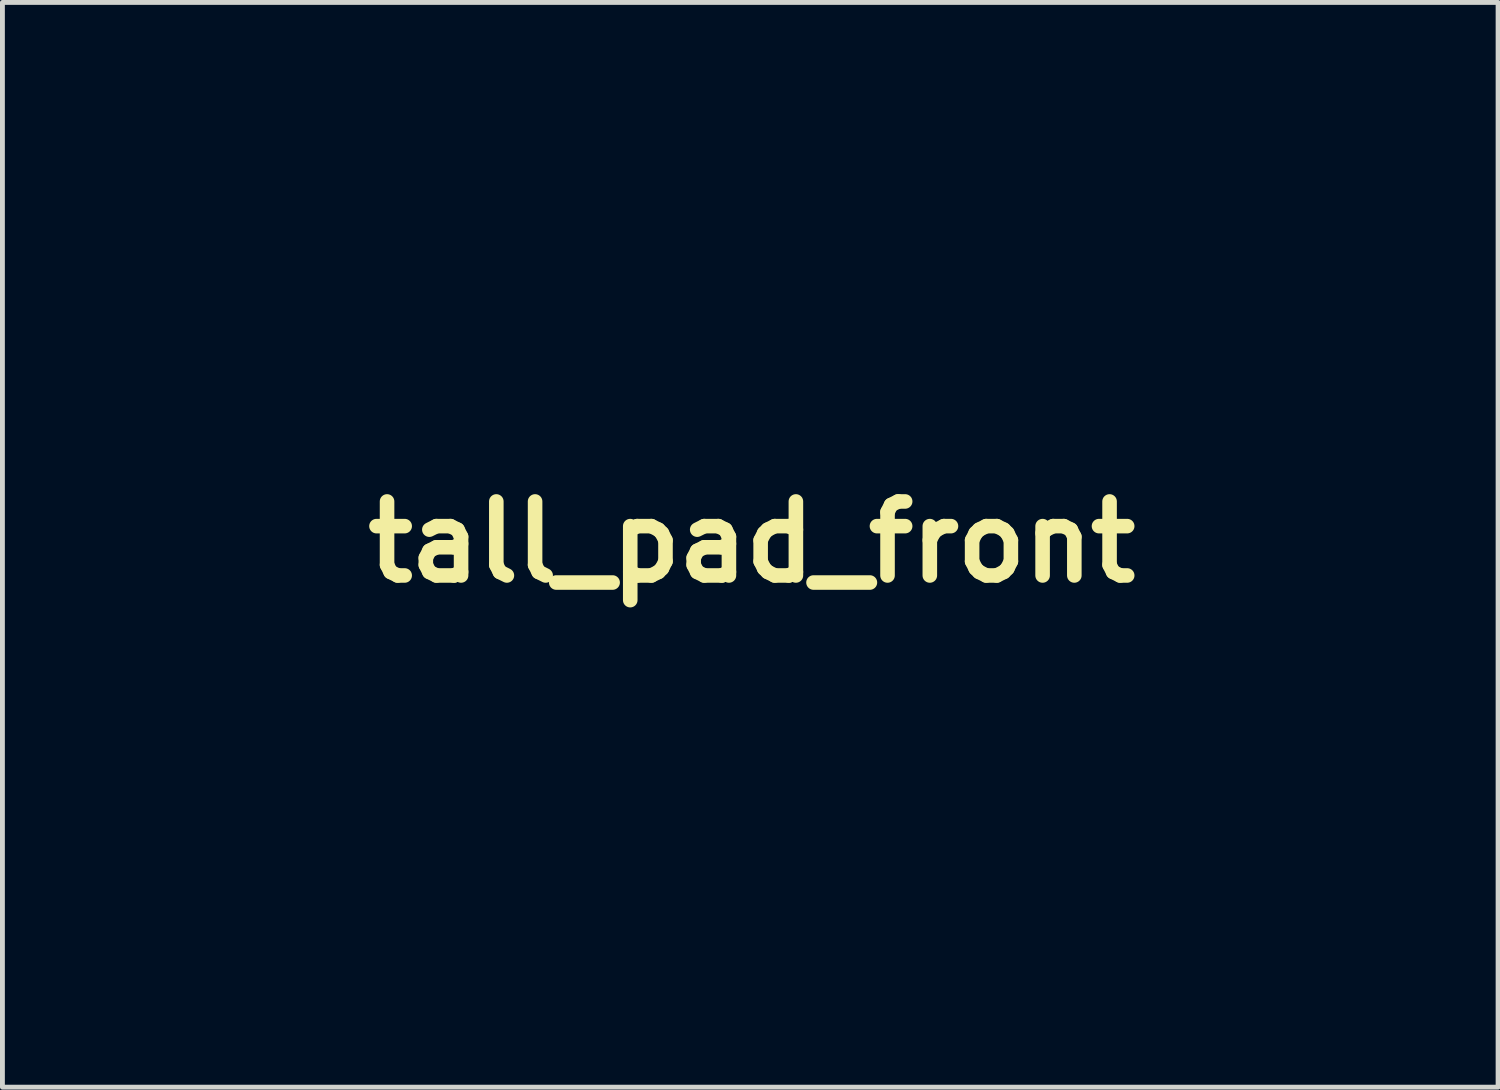
<source format=kicad_pcb>
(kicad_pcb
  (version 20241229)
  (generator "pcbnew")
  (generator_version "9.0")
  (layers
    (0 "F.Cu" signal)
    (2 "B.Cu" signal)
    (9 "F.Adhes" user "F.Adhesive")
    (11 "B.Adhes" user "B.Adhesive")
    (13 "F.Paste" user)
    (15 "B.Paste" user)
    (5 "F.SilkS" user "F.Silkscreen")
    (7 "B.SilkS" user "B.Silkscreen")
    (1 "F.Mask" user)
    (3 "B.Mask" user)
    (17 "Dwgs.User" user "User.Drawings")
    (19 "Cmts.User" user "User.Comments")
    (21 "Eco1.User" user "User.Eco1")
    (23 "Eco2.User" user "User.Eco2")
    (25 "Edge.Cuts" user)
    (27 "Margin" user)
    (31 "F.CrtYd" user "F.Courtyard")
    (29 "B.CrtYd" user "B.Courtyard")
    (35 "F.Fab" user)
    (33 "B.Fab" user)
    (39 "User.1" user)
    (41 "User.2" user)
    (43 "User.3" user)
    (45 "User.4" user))
  (footprint "tall_pad_front"
    (layer "F.Cu")
    (at 12.431 8.11)
    (property "Reference" "tall_pad_front" (at 0 0 0) (layer "F.SilkS") (effects (font (size 1.524 1.524) (thickness 0.3))))
    (attr through_hole)
    (fp_poly (pts (xy 0.182 -8.104) (xy 0.211 -8.1) (xy 0.238 -8.091) (xy 0.265 -8.079) (xy 0.297 -8.06) (xy 0.327 -8.039) (xy 0.346 -8.022) (xy 0.357 -8.007) (xy 0.375 -7.98) (xy 0.399 -7.943) (xy 0.427 -7.897) (xy 0.459 -7.844) (xy 0.493 -7.788) (xy 0.506 -7.766) (xy 0.548 -7.696) (xy 0.594 -7.619) (xy 0.642 -7.538) (xy 0.689 -7.459) (xy 0.732 -7.386) (xy 0.762 -7.335) (xy 0.883 -7.131) (xy 0.935 -7.126) (xy 0.971 -7.123) (xy 1.014 -7.119) (xy 1.05 -7.116) (xy 1.113 -7.11) (xy 1.384 -7.413) (xy 1.441 -7.477) (xy 1.497 -7.54) (xy 1.55 -7.599) (xy 1.6 -7.654) (xy 1.643 -7.703) (xy 1.679 -7.743) (xy 1.707 -7.774) (xy 1.723 -7.791) (xy 1.772 -7.842) (xy 1.817 -7.878) (xy 1.861 -7.902) (xy 1.907 -7.915) (xy 1.954 -7.919) (xy 2.004 -7.916) (xy 2.05 -7.907) (xy 2.055 -7.905) (xy 2.097 -7.884) (xy 2.14 -7.853) (xy 2.177 -7.815) (xy 2.205 -7.776) (xy 2.207 -7.771) (xy 2.213 -7.756) (xy 2.225 -7.727) (xy 2.24 -7.685) (xy 2.26 -7.632) (xy 2.283 -7.57) (xy 2.309 -7.499) (xy 2.337 -7.422) (xy 2.367 -7.339) (xy 2.386 -7.286) (xy 2.416 -7.202) (xy 2.444 -7.123) (xy 2.471 -7.051) (xy 2.494 -6.985) (xy 2.514 -6.929) (xy 2.531 -6.883) (xy 2.543 -6.849) (xy 2.55 -6.829) (xy 2.552 -6.824) (xy 2.563 -6.816) (xy 2.588 -6.804) (xy 2.625 -6.79) (xy 2.668 -6.776) (xy 2.779 -6.741) (xy 3.168 -7.033) (xy 3.241 -7.087) (xy 3.31 -7.138) (xy 3.375 -7.186) (xy 3.434 -7.23) (xy 3.485 -7.267) (xy 3.529 -7.299) (xy 3.562 -7.322) (xy 3.584 -7.338) (xy 3.593 -7.343) (xy 3.613 -7.352) (xy 3.635 -7.358) (xy 3.663 -7.361) (xy 3.703 -7.362) (xy 3.708 -7.362) (xy 3.749 -7.361) (xy 3.777 -7.359) (xy 3.799 -7.354) (xy 3.821 -7.345) (xy 3.832 -7.339) (xy 3.869 -7.314) (xy 3.907 -7.28) (xy 3.939 -7.243) (xy 3.957 -7.216) (xy 3.962 -7.206) (xy 3.966 -7.195) (xy 3.971 -7.182) (xy 3.975 -7.165) (xy 3.98 -7.142) (xy 3.986 -7.114) (xy 3.993 -7.077) (xy 4 -7.032) (xy 4.01 -6.976) (xy 4.02 -6.909) (xy 4.033 -6.829) (xy 4.048 -6.734) (xy 4.064 -6.634) (xy 4.078 -6.546) (xy 4.091 -6.463) (xy 4.103 -6.386) (xy 4.115 -6.318) (xy 4.125 -6.259) (xy 4.133 -6.211) (xy 4.14 -6.176) (xy 4.144 -6.155) (xy 4.146 -6.149) (xy 4.156 -6.144) (xy 4.177 -6.132) (xy 4.207 -6.116) (xy 4.243 -6.096) (xy 4.249 -6.092) (xy 4.345 -6.038) (xy 4.431 -6.079) (xy 4.457 -6.091) (xy 4.495 -6.109) (xy 4.546 -6.133) (xy 4.605 -6.162) (xy 4.672 -6.193) (xy 4.743 -6.228) (xy 4.819 -6.264) (xy 4.877 -6.291) (xy 5.237 -6.463) (xy 5.317 -6.464) (xy 5.359 -6.463) (xy 5.389 -6.461) (xy 5.412 -6.455) (xy 5.434 -6.446) (xy 5.436 -6.445) (xy 5.485 -6.413) (xy 5.53 -6.369) (xy 5.566 -6.319) (xy 5.569 -6.314) (xy 5.579 -6.292) (xy 5.586 -6.271) (xy 5.59 -6.247) (xy 5.593 -6.214) (xy 5.595 -6.172) (xy 5.595 -6.143) (xy 5.595 -6.099) (xy 5.594 -6.043) (xy 5.593 -5.977) (xy 5.591 -5.903) (xy 5.589 -5.824) (xy 5.586 -5.741) (xy 5.585 -5.693) (xy 5.582 -5.611) (xy 5.579 -5.532) (xy 5.577 -5.459) (xy 5.575 -5.392) (xy 5.573 -5.335) (xy 5.572 -5.289) (xy 5.572 -5.257) (xy 5.572 -5.244) (xy 5.572 -5.177) (xy 5.659 -5.104) (xy 5.746 -5.03) (xy 6.211 -5.145) (xy 6.32 -5.172) (xy 6.413 -5.195) (xy 6.493 -5.214) (xy 6.56 -5.229) (xy 6.616 -5.242) (xy 6.663 -5.251) (xy 6.701 -5.257) (xy 6.733 -5.26) (xy 6.759 -5.261) (xy 6.78 -5.259) (xy 6.799 -5.256) (xy 6.817 -5.25) (xy 6.834 -5.243) (xy 6.844 -5.238) (xy 6.903 -5.2) (xy 6.951 -5.151) (xy 6.985 -5.093) (xy 7.004 -5.027) (xy 7.008 -4.993) (xy 7.009 -4.978) (xy 7.008 -4.963) (xy 7.007 -4.944) (xy 7.003 -4.921) (xy 6.999 -4.893) (xy 6.992 -4.857) (xy 6.983 -4.813) (xy 6.971 -4.759) (xy 6.957 -4.694) (xy 6.94 -4.616) (xy 6.919 -4.524) (xy 6.9 -4.441) (xy 6.876 -4.336) (xy 6.856 -4.246) (xy 6.84 -4.17) (xy 6.826 -4.107) (xy 6.815 -4.056) (xy 6.807 -4.016) (xy 6.802 -3.985) (xy 6.798 -3.962) (xy 6.797 -3.947) (xy 6.798 -3.937) (xy 6.799 -3.934) (xy 6.808 -3.921) (xy 6.825 -3.898) (xy 6.848 -3.869) (xy 6.872 -3.838) (xy 6.935 -3.759) (xy 6.975 -3.759) (xy 6.991 -3.76) (xy 7.022 -3.761) (xy 7.067 -3.762) (xy 7.123 -3.764) (xy 7.189 -3.766) (xy 7.264 -3.769) (xy 7.344 -3.772) (xy 7.43 -3.775) (xy 7.461 -3.776) (xy 7.565 -3.78) (xy 7.653 -3.783) (xy 7.727 -3.786) (xy 7.788 -3.787) (xy 7.839 -3.788) (xy 7.88 -3.787) (xy 7.913 -3.786) (xy 7.939 -3.784) (xy 7.961 -3.781) (xy 7.978 -3.776) (xy 7.994 -3.771) (xy 8.008 -3.764) (xy 8.017 -3.76) (xy 8.068 -3.724) (xy 8.11 -3.676) (xy 8.142 -3.62) (xy 8.162 -3.557) (xy 8.169 -3.492) (xy 8.167 -3.468) (xy 8.166 -3.457) (xy 8.163 -3.445) (xy 8.159 -3.43) (xy 8.153 -3.412) (xy 8.145 -3.389) (xy 8.135 -3.361) (xy 8.121 -3.326) (xy 8.103 -3.284) (xy 8.081 -3.232) (xy 8.055 -3.171) (xy 8.024 -3.1) (xy 7.987 -3.016) (xy 7.945 -2.919) (xy 7.896 -2.808) (xy 7.881 -2.773) (xy 7.754 -2.485) (xy 7.808 -2.377) (xy 7.833 -2.328) (xy 7.852 -2.294) (xy 7.867 -2.273) (xy 7.878 -2.265) (xy 7.878 -2.265) (xy 7.89 -2.263) (xy 7.916 -2.258) (xy 7.956 -2.251) (xy 8.008 -2.242) (xy 8.07 -2.231) (xy 8.141 -2.219) (xy 8.219 -2.206) (xy 8.303 -2.192) (xy 8.348 -2.184) (xy 8.434 -2.17) (xy 8.516 -2.156) (xy 8.592 -2.143) (xy 8.661 -2.131) (xy 8.72 -2.12) (xy 8.769 -2.112) (xy 8.804 -2.105) (xy 8.826 -2.101) (xy 8.831 -2.1) (xy 8.882 -2.078) (xy 8.93 -2.042) (xy 8.971 -1.997) (xy 9.002 -1.944) (xy 9.013 -1.916) (xy 9.023 -1.866) (xy 9.026 -1.81) (xy 9.021 -1.756) (xy 9.01 -1.713) (xy 9.001 -1.695) (xy 8.984 -1.665) (xy 8.96 -1.627) (xy 8.931 -1.581) (xy 8.897 -1.532) (xy 8.869 -1.49) (xy 8.829 -1.431) (xy 8.785 -1.369) (xy 8.742 -1.306) (xy 8.701 -1.247) (xy 8.666 -1.196) (xy 8.653 -1.177) (xy 8.618 -1.126) (xy 8.58 -1.072) (xy 8.544 -1.019) (xy 8.511 -0.972) (xy 8.495 -0.948) (xy 8.427 -0.851) (xy 8.443 -0.792) (xy 8.452 -0.762) (xy 8.46 -0.738) (xy 8.466 -0.726) (xy 8.466 -0.726) (xy 8.475 -0.728) (xy 8.494 -0.739) (xy 8.522 -0.758) (xy 8.555 -0.782) (xy 8.569 -0.793) (xy 8.675 -0.876) (xy 8.786 -0.968) (xy 8.902 -1.068) (xy 9.025 -1.179) (xy 9.157 -1.302) (xy 9.173 -1.317) (xy 9.326 -1.462) (xy 9.535 -1.93) (xy 9.464 -2.013) (xy 9.339 -2.168) (xy 9.225 -2.329) (xy 9.123 -2.495) (xy 9.035 -2.664) (xy 8.96 -2.835) (xy 8.901 -3.005) (xy 8.856 -3.174) (xy 8.852 -3.196) (xy 8.826 -3.363) (xy 8.814 -3.529) (xy 8.818 -3.693) (xy 8.837 -3.854) (xy 8.87 -4.008) (xy 8.878 -4.034) (xy 8.932 -4.191) (xy 9.003 -4.345) (xy 9.09 -4.497) (xy 9.194 -4.645) (xy 9.313 -4.789) (xy 9.448 -4.93) (xy 9.598 -5.067) (xy 9.763 -5.199) (xy 9.943 -5.326) (xy 10.138 -5.449) (xy 10.143 -5.452) (xy 10.193 -5.481) (xy 10.25 -5.513) (xy 10.312 -5.547) (xy 10.377 -5.582) (xy 10.444 -5.617) (xy 10.511 -5.651) (xy 10.575 -5.684) (xy 10.636 -5.714) (xy 10.69 -5.74) (xy 10.737 -5.762) (xy 10.775 -5.779) (xy 10.8 -5.788) (xy 10.812 -5.791) (xy 10.814 -5.785) (xy 10.809 -5.768) (xy 10.805 -5.759) (xy 10.795 -5.737) (xy 10.783 -5.704) (xy 10.769 -5.666) (xy 10.763 -5.647) (xy 10.724 -5.515) (xy 10.691 -5.368) (xy 10.661 -5.206) (xy 10.636 -5.028) (xy 10.616 -4.835) (xy 10.6 -4.626) (xy 10.592 -4.47) (xy 10.59 -4.412) (xy 10.588 -4.344) (xy 10.586 -4.268) (xy 10.585 -4.186) (xy 10.585 -4.1) (xy 10.584 -4.011) (xy 10.585 -3.921) (xy 10.585 -3.832) (xy 10.586 -3.745) (xy 10.587 -3.661) (xy 10.588 -3.583) (xy 10.59 -3.512) (xy 10.592 -3.45) (xy 10.594 -3.399) (xy 10.597 -3.359) (xy 10.599 -3.333) (xy 10.602 -3.323) (xy 10.612 -3.324) (xy 10.633 -3.332) (xy 10.663 -3.347) (xy 10.7 -3.365) (xy 10.739 -3.386) (xy 10.779 -3.409) (xy 10.817 -3.431) (xy 10.832 -3.441) (xy 10.932 -3.511) (xy 11.034 -3.595) (xy 11.136 -3.69) (xy 11.235 -3.792) (xy 11.328 -3.898) (xy 11.413 -4.007) (xy 11.415 -4.01) (xy 11.525 -4.176) (xy 11.626 -4.356) (xy 11.717 -4.547) (xy 11.799 -4.749) (xy 11.869 -4.96) (xy 11.928 -5.179) (xy 11.955 -5.298) (xy 11.964 -5.342) (xy 11.972 -5.379) (xy 11.977 -5.406) (xy 11.98 -5.422) (xy 11.98 -5.424) (xy 11.984 -5.427) (xy 11.995 -5.416) (xy 12.012 -5.394) (xy 12.032 -5.363) (xy 12.047 -5.339) (xy 12.136 -5.176) (xy 12.211 -5.003) (xy 12.272 -4.822) (xy 12.32 -4.634) (xy 12.337 -4.543) (xy 12.345 -4.484) (xy 12.351 -4.413) (xy 12.356 -4.334) (xy 12.359 -4.251) (xy 12.361 -4.168) (xy 12.36 -4.089) (xy 12.357 -4.019) (xy 12.354 -3.978) (xy 12.325 -3.787) (xy 12.28 -3.597) (xy 12.219 -3.41) (xy 12.14 -3.225) (xy 12.045 -3.043) (xy 11.933 -2.863) (xy 11.805 -2.685) (xy 11.66 -2.51) (xy 11.499 -2.337) (xy 11.482 -2.319) (xy 11.317 -2.162) (xy 11.143 -2.011) (xy 10.958 -1.863) (xy 10.761 -1.719) (xy 10.55 -1.576) (xy 10.374 -1.466) (xy 10.342 -1.446) (xy 10.317 -1.429) (xy 10.297 -1.413) (xy 10.279 -1.395) (xy 10.26 -1.372) (xy 10.237 -1.34) (xy 10.21 -1.301) (xy 10.047 -1.079) (xy 9.872 -0.861) (xy 9.688 -0.651) (xy 9.496 -0.449) (xy 9.298 -0.259) (xy 9.097 -0.083) (xy 9.003 -0.006) (xy 8.833 0.123) (xy 8.665 0.24) (xy 8.496 0.346) (xy 8.32 0.444) (xy 8.223 0.494) (xy 8.176 0.518) (xy 8.142 0.536) (xy 8.119 0.549) (xy 8.105 0.56) (xy 8.097 0.568) (xy 8.094 0.577) (xy 8.094 0.582) (xy 8.095 0.598) (xy 8.096 0.627) (xy 8.098 0.667) (xy 8.1 0.715) (xy 8.102 0.766) (xy 8.11 0.929) (xy 8.118 1.105) (xy 8.126 1.292) (xy 8.134 1.487) (xy 8.142 1.687) (xy 8.149 1.89) (xy 8.156 2.091) (xy 8.162 2.289) (xy 8.168 2.48) (xy 8.173 2.661) (xy 8.177 2.83) (xy 8.179 2.913) (xy 8.181 3.055) (xy 8.182 3.19) (xy 8.183 3.317) (xy 8.182 3.435) (xy 8.18 3.544) (xy 8.177 3.64) (xy 8.174 3.725) (xy 8.169 3.795) (xy 8.164 3.851) (xy 8.158 3.89) (xy 8.144 3.947) (xy 8.125 4.02) (xy 8.1 4.108) (xy 8.068 4.212) (xy 8.031 4.331) (xy 7.987 4.465) (xy 7.938 4.614) (xy 7.883 4.779) (xy 7.822 4.958) (xy 7.755 5.152) (xy 7.682 5.361) (xy 7.604 5.584) (xy 7.52 5.822) (xy 7.43 6.074) (xy 7.335 6.34) (xy 7.234 6.62) (xy 7.128 6.915) (xy 7.05 7.129) (xy 7.014 7.233) (xy 6.977 7.341) (xy 6.942 7.449) (xy 6.911 7.551) (xy 6.888 7.629) (xy 6.853 7.751) (xy 6.82 7.86) (xy 6.791 7.955) (xy 6.764 8.037) (xy 6.74 8.104) (xy 6.719 8.157) (xy 6.702 8.194) (xy 6.688 8.216) (xy 6.679 8.221) (xy 6.675 8.216) (xy 6.673 8.199) (xy 6.673 8.168) (xy 6.674 8.123) (xy 6.675 8.11) (xy 6.679 8.046) (xy 6.685 7.967) (xy 6.694 7.873) (xy 6.705 7.767) (xy 6.718 7.649) (xy 6.733 7.521) (xy 6.749 7.384) (xy 6.767 7.239) (xy 6.786 7.088) (xy 6.806 6.931) (xy 6.827 6.771) (xy 6.849 6.608) (xy 6.871 6.444) (xy 6.894 6.28) (xy 6.917 6.117) (xy 6.941 5.957) (xy 6.964 5.801) (xy 6.987 5.65) (xy 6.998 5.58) (xy 7.025 5.41) (xy 7.05 5.255) (xy 7.074 5.116) (xy 7.096 4.989) (xy 7.117 4.874) (xy 7.137 4.77) (xy 7.157 4.675) (xy 7.175 4.589) (xy 7.188 4.533) (xy 7.202 4.469) (xy 7.214 4.404) (xy 7.223 4.336) (xy 7.23 4.263) (xy 7.235 4.184) (xy 7.237 4.096) (xy 7.238 3.998) (xy 7.237 3.887) (xy 7.234 3.763) (xy 7.232 3.706) (xy 7.229 3.626) (xy 7.226 3.539) (xy 7.222 3.448) (xy 7.217 3.354) (xy 7.212 3.259) (xy 7.207 3.165) (xy 7.202 3.073) (xy 7.197 2.985) (xy 7.192 2.902) (xy 7.186 2.826) (xy 7.182 2.76) (xy 7.177 2.703) (xy 7.173 2.66) (xy 7.169 2.63) (xy 7.167 2.616) (xy 7.165 2.604) (xy 7.162 2.578) (xy 7.159 2.54) (xy 7.154 2.493) (xy 7.149 2.439) (xy 7.146 2.4) (xy 7.14 2.335) (xy 7.134 2.261) (xy 7.127 2.18) (xy 7.119 2.096) (xy 7.111 2.01) (xy 7.103 1.925) (xy 7.095 1.844) (xy 7.088 1.768) (xy 7.082 1.7) (xy 7.076 1.644) (xy 7.071 1.6) (xy 7.07 1.584) (xy 7.066 1.551) (xy 7.065 1.525) (xy 7.065 1.51) (xy 7.065 1.508) (xy 7.066 1.497) (xy 7.065 1.475) (xy 7.062 1.444) (xy 7.061 1.435) (xy 7.058 1.407) (xy 7.053 1.366) (xy 7.048 1.314) (xy 7.041 1.256) (xy 7.035 1.194) (xy 7.031 1.16) (xy 7.025 1.102) (xy 7.019 1.05) (xy 7.014 1.005) (xy 7.01 0.971) (xy 7.007 0.949) (xy 7.006 0.942) (xy 6.997 0.94) (xy 6.975 0.947) (xy 6.938 0.961) (xy 6.907 0.975) (xy 6.841 1.004) (xy 6.763 1.037) (xy 6.675 1.074) (xy 6.581 1.113) (xy 6.485 1.152) (xy 6.389 1.191) (xy 6.298 1.227) (xy 6.214 1.26) (xy 5.738 1.434) (xy 5.256 1.592) (xy 4.767 1.734) (xy 4.271 1.862) (xy 3.769 1.973) (xy 3.26 2.069) (xy 2.745 2.15) (xy 2.224 2.215) (xy 1.696 2.264) (xy 1.384 2.286) (xy 1.147 2.298) (xy 0.897 2.307) (xy 0.637 2.312) (xy 0.373 2.315) (xy 0.107 2.314) (xy -0.156 2.31) (xy -0.413 2.302) (xy -0.66 2.292) (xy -0.766 2.286) (xy -1.281 2.248) (xy -1.798 2.197) (xy -2.315 2.133) (xy -2.831 2.056) (xy -3.346 1.967) (xy -3.857 1.865) (xy -4.363 1.751) (xy -4.863 1.625) (xy -5.355 1.488) (xy -5.808 1.349) (xy -0.14 1.349) (xy -0.137 1.363) (xy -0.128 1.387) (xy -0.111 1.422) (xy -0.099 1.447) (xy -0.051 1.533) (xy 0.009 1.613) (xy 0.08 1.689) (xy 0.166 1.763) (xy 0.195 1.784) (xy 0.278 1.839) (xy 0.366 1.885) (xy 0.455 1.921) (xy 0.529 1.942) (xy 0.579 1.949) (xy 0.638 1.954) (xy 0.7 1.955) (xy 0.76 1.953) (xy 0.809 1.947) (xy 0.914 1.92) (xy 1.018 1.878) (xy 1.118 1.822) (xy 1.213 1.753) (xy 1.302 1.674) (xy 1.381 1.586) (xy 1.45 1.489) (xy 1.501 1.398) (xy 1.517 1.361) (xy 1.535 1.317) (xy 1.55 1.276) (xy 1.55 1.274) (xy 1.573 1.206) (xy 1.554 1.204) (xy 1.544 1.204) (xy 1.518 1.206) (xy 1.478 1.209) (xy 1.425 1.212) (xy 1.361 1.217) (xy 1.288 1.223) (xy 1.205 1.229) (xy 1.116 1.236) (xy 1.021 1.243) (xy 0.923 1.251) (xy 0.821 1.259) (xy 0.718 1.267) (xy 0.615 1.275) (xy 0.513 1.283) (xy 0.415 1.291) (xy 0.32 1.298) (xy 0.232 1.305) (xy 0.15 1.312) (xy 0.077 1.318) (xy 0.014 1.323) (xy -0.038 1.328) (xy -0.077 1.331) (xy -0.102 1.333) (xy -0.108 1.334) (xy -0.125 1.337) (xy -0.135 1.341) (xy -0.14 1.349) (xy -5.808 1.349) (xy -5.839 1.339) (xy -6.312 1.18) (xy -6.773 1.01) (xy -6.919 0.953) (xy -6.965 0.935) (xy -7.006 0.92) (xy -7.038 0.908) (xy -7.061 0.9) (xy -7.069 0.897) (xy -7.076 0.905) (xy -7.078 0.921) (xy -7.079 0.937) (xy -7.081 0.966) (xy -7.084 1.006) (xy -7.088 1.052) (xy -7.091 1.084) (xy -7.096 1.143) (xy -7.101 1.213) (xy -7.106 1.285) (xy -7.111 1.352) (xy -7.112 1.376) (xy -7.116 1.436) (xy -7.121 1.501) (xy -7.126 1.564) (xy -7.131 1.619) (xy -7.133 1.643) (xy -7.139 1.7) (xy -7.145 1.772) (xy -7.153 1.857) (xy -7.161 1.954) (xy -7.169 2.06) (xy -7.179 2.176) (xy -7.188 2.299) (xy -7.198 2.427) (xy -7.208 2.56) (xy -7.219 2.696) (xy -7.229 2.833) (xy -7.239 2.971) (xy -7.249 3.107) (xy -7.258 3.24) (xy -7.267 3.369) (xy -7.276 3.493) (xy -7.284 3.609) (xy -7.291 3.717) (xy -7.297 3.814) (xy -7.302 3.901) (xy -7.307 3.974) (xy -7.31 4.033) (xy -7.311 4.068) (xy -7.313 4.103) (xy -7.315 4.153) (xy -7.318 4.214) (xy -7.322 4.284) (xy -7.326 4.36) (xy -7.331 4.44) (xy -7.335 4.522) (xy -7.336 4.538) (xy -7.35 4.778) (xy -7.363 5.004) (xy -7.374 5.216) (xy -7.383 5.413) (xy -7.391 5.597) (xy -7.398 5.765) (xy -7.403 5.919) (xy -7.407 6.057) (xy -7.409 6.18) (xy -7.409 6.288) (xy -7.409 6.379) (xy -7.406 6.454) (xy -7.402 6.512) (xy -7.4 6.535) (xy -7.389 6.63) (xy -7.38 6.738) (xy -7.373 6.857) (xy -7.368 6.983) (xy -7.364 7.112) (xy -7.362 7.242) (xy -7.363 7.368) (xy -7.365 7.489) (xy -7.369 7.6) (xy -7.376 7.699) (xy -7.378 7.72) (xy -7.386 7.8) (xy -7.395 7.878) (xy -7.405 7.951) (xy -7.416 8.018) (xy -7.427 8.077) (xy -7.438 8.127) (xy -7.449 8.165) (xy -7.459 8.191) (xy -7.468 8.202) (xy -7.47 8.202) (xy -7.48 8.191) (xy -7.492 8.163) (xy -7.505 8.119) (xy -7.52 8.058) (xy -7.537 7.981) (xy -7.555 7.889) (xy -7.575 7.781) (xy -7.596 7.657) (xy -7.603 7.617) (xy -7.615 7.552) (xy -7.629 7.475) (xy -7.647 7.387) (xy -7.667 7.294) (xy -7.688 7.197) (xy -7.71 7.101) (xy -7.718 7.068) (xy -7.776 6.821) (xy -7.833 6.58) (xy -7.887 6.346) (xy -7.939 6.119) (xy -7.989 5.899) (xy -8.037 5.689) (xy -8.082 5.487) (xy -8.125 5.296) (xy -8.165 5.115) (xy -8.201 4.945) (xy -8.235 4.788) (xy -8.265 4.643) (xy -8.292 4.511) (xy -8.316 4.393) (xy -8.336 4.29) (xy -8.352 4.202) (xy -8.361 4.144) (xy -8.367 4.099) (xy -8.371 4.046) (xy -8.374 3.985) (xy -8.375 3.914) (xy -8.374 3.833) (xy -8.371 3.741) (xy -8.367 3.638) (xy -8.36 3.522) (xy -8.352 3.393) (xy -8.342 3.25) (xy -8.33 3.092) (xy -8.316 2.918) (xy -8.305 2.794) (xy -8.295 2.668) (xy -8.283 2.535) (xy -8.27 2.397) (xy -8.257 2.254) (xy -8.244 2.109) (xy -8.23 1.962) (xy -8.216 1.815) (xy -8.202 1.67) (xy -8.189 1.527) (xy -8.175 1.388) (xy -8.162 1.255) (xy -8.149 1.129) (xy -8.137 1.011) (xy -8.125 0.903) (xy -8.115 0.806) (xy -8.106 0.722) (xy -8.097 0.651) (xy -8.09 0.596) (xy -8.089 0.588) (xy -8.084 0.542) (xy -8.08 0.51) (xy -8.08 0.489) (xy -8.082 0.477) (xy -8.088 0.471) (xy -8.094 0.47) (xy -8.11 0.465) (xy -8.138 0.454) (xy -8.178 0.438) (xy -8.228 0.416) (xy -8.284 0.392) (xy -8.347 0.364) (xy -8.412 0.334) (xy -8.48 0.304) (xy -8.547 0.273) (xy -8.611 0.243) (xy -8.671 0.214) (xy -8.725 0.188) (xy -8.749 0.176) (xy -8.924 0.085) (xy -9.098 -0.012) (xy -9.268 -0.113) (xy -9.431 -0.217) (xy -9.582 -0.32) (xy -9.648 -0.368) (xy -9.657 -0.375) (xy -2.31 -0.375) (xy -2.307 -0.242) (xy -2.29 -0.116) (xy -2.259 0) (xy -2.213 0.116) (xy -2.15 0.227) (xy -2.074 0.33) (xy -1.983 0.427) (xy -1.879 0.515) (xy -1.761 0.596) (xy -1.632 0.667) (xy -1.491 0.729) (xy -1.339 0.782) (xy -1.333 0.783) (xy -1.303 0.793) (xy -1.281 0.799) (xy -1.264 0.802) (xy -1.247 0.803) (xy -1.226 0.801) (xy -1.195 0.798) (xy -1.168 0.795) (xy -1.015 0.773) (xy -0.873 0.738) (xy -0.743 0.691) (xy -0.625 0.633) (xy -0.518 0.562) (xy -0.423 0.479) (xy -0.34 0.384) (xy -0.27 0.278) (xy -0.211 0.16) (xy -0.183 0.087) (xy -0.148 -0.036) (xy -0.123 -0.168) (xy -0.109 -0.307) (xy -0.106 -0.449) (xy -0.106 -0.45) (xy 1.334 -0.45) (xy 1.334 -0.381) (xy 1.336 -0.314) (xy 1.34 -0.251) (xy 1.345 -0.199) (xy 1.349 -0.175) (xy 1.376 -0.069) (xy 1.412 0.037) (xy 1.457 0.138) (xy 1.509 0.23) (xy 1.53 0.262) (xy 1.592 0.346) (xy 1.656 0.424) (xy 1.721 0.495) (xy 1.784 0.555) (xy 1.844 0.604) (xy 1.885 0.631) (xy 1.952 0.668) (xy 2.016 0.696) (xy 2.08 0.715) (xy 2.148 0.727) (xy 2.225 0.733) (xy 2.311 0.733) (xy 2.367 0.732) (xy 2.411 0.729) (xy 2.448 0.726) (xy 2.481 0.72) (xy 2.517 0.713) (xy 2.55 0.704) (xy 2.669 0.667) (xy 2.791 0.619) (xy 2.913 0.562) (xy 3.028 0.498) (xy 3.132 0.43) (xy 3.154 0.414) (xy 3.233 0.345) (xy 3.302 0.263) (xy 3.36 0.168) (xy 3.406 0.064) (xy 3.441 -0.051) (xy 3.452 -0.105) (xy 3.46 -0.162) (xy 3.464 -0.232) (xy 3.466 -0.309) (xy 3.465 -0.388) (xy 3.461 -0.465) (xy 3.454 -0.535) (xy 3.451 -0.559) (xy 3.429 -0.675) (xy 3.399 -0.798) (xy 3.362 -0.924) (xy 3.32 -1.048) (xy 3.274 -1.165) (xy 3.225 -1.27) (xy 3.215 -1.29) (xy 3.198 -1.322) (xy 3.179 -1.349) (xy 3.157 -1.375) (xy 3.127 -1.404) (xy 3.1 -1.429) (xy 3.005 -1.507) (xy 2.913 -1.571) (xy 2.821 -1.623) (xy 2.726 -1.664) (xy 2.671 -1.682) (xy 2.642 -1.69) (xy 2.617 -1.697) (xy 2.592 -1.701) (xy 2.564 -1.703) (xy 2.528 -1.705) (xy 2.481 -1.705) (xy 2.443 -1.706) (xy 2.386 -1.705) (xy 2.343 -1.705) (xy 2.309 -1.703) (xy 2.281 -1.7) (xy 2.255 -1.695) (xy 2.227 -1.688) (xy 2.21 -1.683) (xy 2.17 -1.672) (xy 2.132 -1.659) (xy 2.101 -1.648) (xy 2.091 -1.645) (xy 2.053 -1.628) (xy 2.124 -1.623) (xy 2.194 -1.612) (xy 2.257 -1.588) (xy 2.318 -1.549) (xy 2.353 -1.519) (xy 2.417 -1.449) (xy 2.468 -1.367) (xy 2.507 -1.276) (xy 2.533 -1.174) (xy 2.547 -1.065) (xy 2.548 -1.008) (xy 2.542 -0.891) (xy 2.521 -0.785) (xy 2.487 -0.688) (xy 2.442 -0.605) (xy 2.388 -0.531) (xy 2.327 -0.474) (xy 2.262 -0.431) (xy 2.193 -0.404) (xy 2.123 -0.391) (xy 2.053 -0.395) (xy 1.984 -0.413) (xy 1.917 -0.446) (xy 1.855 -0.495) (xy 1.797 -0.559) (xy 1.765 -0.605) (xy 1.72 -0.689) (xy 1.688 -0.778) (xy 1.668 -0.874) (xy 1.659 -0.98) (xy 1.659 -1.016) (xy 1.666 -1.127) (xy 1.686 -1.231) (xy 1.72 -1.327) (xy 1.766 -1.414) (xy 1.819 -1.485) (xy 1.841 -1.51) (xy 1.812 -1.49) (xy 1.793 -1.476) (xy 1.765 -1.454) (xy 1.733 -1.428) (xy 1.708 -1.408) (xy 1.676 -1.38) (xy 1.649 -1.352) (xy 1.623 -1.321) (xy 1.599 -1.286) (xy 1.573 -1.242) (xy 1.545 -1.189) (xy 1.511 -1.122) (xy 1.511 -1.121) (xy 1.443 -0.966) (xy 1.389 -0.807) (xy 1.35 -0.649) (xy 1.345 -0.618) (xy 1.339 -0.573) (xy 1.335 -0.515) (xy 1.334 -0.45) (xy -0.106 -0.45) (xy -0.113 -0.591) (xy -0.13 -0.728) (xy -0.159 -0.859) (xy -0.182 -0.937) (xy -0.237 -1.075) (xy -0.301 -1.2) (xy -0.375 -1.311) (xy -0.459 -1.408) (xy -0.552 -1.492) (xy -0.655 -1.562) (xy -0.766 -1.617) (xy -0.779 -1.621) (xy 2.04 -1.621) (xy 2.045 -1.617) (xy 2.049 -1.621) (xy 2.045 -1.626) (xy 2.04 -1.621) (xy -0.779 -1.621) (xy -0.887 -1.658) (xy -0.986 -1.68) (xy -1.121 -1.696) (xy -1.262 -1.698) (xy -1.409 -1.685) (xy -1.558 -1.66) (xy -1.707 -1.62) (xy -1.751 -1.606) (xy -1.858 -1.571) (xy -1.892 -1.522) (xy -1.913 -1.493) (xy -1.934 -1.464) (xy -1.948 -1.446) (xy -1.968 -1.421) (xy -1.984 -1.397) (xy -1.994 -1.38) (xy -1.996 -1.372) (xy -1.996 -1.372) (xy -1.989 -1.378) (xy -1.977 -1.395) (xy -1.965 -1.413) (xy -1.927 -1.462) (xy -1.879 -1.51) (xy -1.826 -1.551) (xy -1.78 -1.577) (xy -1.752 -1.59) (xy -1.729 -1.598) (xy -1.704 -1.602) (xy -1.674 -1.604) (xy -1.638 -1.604) (xy -1.598 -1.604) (xy -1.569 -1.602) (xy -1.546 -1.597) (xy -1.523 -1.589) (xy -1.496 -1.576) (xy -1.426 -1.532) (xy -1.362 -1.474) (xy -1.306 -1.403) (xy -1.26 -1.32) (xy -1.245 -1.284) (xy -1.219 -1.205) (xy -1.202 -1.123) (xy -1.195 -1.033) (xy -1.194 -0.991) (xy -1.201 -0.873) (xy -1.222 -0.766) (xy -1.257 -0.667) (xy -1.306 -0.578) (xy -1.369 -0.499) (xy -1.429 -0.445) (xy -1.493 -0.406) (xy -1.559 -0.382) (xy -1.626 -0.373) (xy -1.693 -0.379) (xy -1.759 -0.397) (xy -1.821 -0.429) (xy -1.88 -0.473) (xy -1.934 -0.529) (xy -1.982 -0.597) (xy -2.022 -0.675) (xy -2.054 -0.763) (xy -2.07 -0.826) (xy -2.081 -0.901) (xy -2.084 -0.983) (xy -2.081 -1.068) (xy -2.07 -1.149) (xy -2.054 -1.224) (xy -2.036 -1.275) (xy -2.029 -1.296) (xy -2.026 -1.308) (xy -2.027 -1.31) (xy -2.031 -1.305) (xy -2.039 -1.288) (xy -2.045 -1.273) (xy -2.054 -1.249) (xy -2.069 -1.214) (xy -2.087 -1.174) (xy -2.104 -1.135) (xy -2.175 -0.968) (xy -2.231 -0.809) (xy -2.272 -0.658) (xy -2.299 -0.513) (xy -2.31 -0.375) (xy -9.657 -0.375) (xy -9.788 -0.477) (xy -9.921 -0.589) (xy -10.044 -0.704) (xy -10.157 -0.819) (xy -10.257 -0.934) (xy -10.343 -1.046) (xy -10.371 -1.086) (xy -10.398 -1.128) (xy -10.425 -1.175) (xy -10.451 -1.222) (xy -10.474 -1.266) (xy -10.49 -1.302) (xy -10.496 -1.318) (xy -10.501 -1.327) (xy -10.509 -1.336) (xy -10.522 -1.347) (xy -10.542 -1.36) (xy -10.571 -1.377) (xy -10.611 -1.398) (xy -10.664 -1.426) (xy -10.678 -1.433) (xy -10.905 -1.555) (xy -11.115 -1.677) (xy -11.309 -1.8) (xy -11.486 -1.925) (xy -11.648 -2.05) (xy -11.794 -2.178) (xy -11.925 -2.307) (xy -12.041 -2.438) (xy -12.142 -2.571) (xy -12.216 -2.685) (xy -12.29 -2.823) (xy -12.348 -2.964) (xy -12.39 -3.107) (xy -12.416 -3.251) (xy -12.426 -3.396) (xy -12.42 -3.54) (xy -12.411 -3.607) (xy -12.393 -3.7) (xy -12.37 -3.789) (xy -12.339 -3.879) (xy -12.301 -3.973) (xy -12.264 -4.051) (xy -12.191 -4.188) (xy -12.107 -4.319) (xy -12.01 -4.446) (xy -11.899 -4.573) (xy -11.83 -4.646) (xy -11.785 -4.69) (xy -11.74 -4.732) (xy -11.699 -4.77) (xy -11.661 -4.803) (xy -11.63 -4.828) (xy -11.607 -4.845) (xy -11.594 -4.851) (xy -11.594 -4.851) (xy -11.589 -4.844) (xy -11.583 -4.822) (xy -11.576 -4.791) (xy -11.571 -4.76) (xy -11.563 -4.721) (xy -11.553 -4.67) (xy -11.54 -4.612) (xy -11.526 -4.554) (xy -11.518 -4.519) (xy -11.451 -4.286) (xy -11.369 -4.06) (xy -11.273 -3.843) (xy -11.162 -3.634) (xy -11.036 -3.434) (xy -10.896 -3.242) (xy -10.856 -3.193) (xy -10.801 -3.127) (xy -10.738 -3.058) (xy -10.671 -2.989) (xy -10.603 -2.921) (xy -10.535 -2.857) (xy -10.472 -2.801) (xy -10.416 -2.755) (xy -10.4 -2.743) (xy -10.379 -2.729) (xy -10.369 -2.725) (xy -10.368 -2.731) (xy -10.368 -2.732) (xy -10.37 -2.747) (xy -10.375 -2.776) (xy -10.382 -2.82) (xy -10.39 -2.876) (xy -10.4 -2.945) (xy -10.412 -3.025) (xy -10.425 -3.114) (xy -10.439 -3.212) (xy -10.454 -3.318) (xy -10.47 -3.43) (xy -10.487 -3.547) (xy -10.505 -3.669) (xy -10.523 -3.794) (xy -10.541 -3.922) (xy -10.559 -4.05) (xy -10.577 -4.178) (xy -10.595 -4.305) (xy -10.613 -4.43) (xy -10.63 -4.551) (xy -10.646 -4.668) (xy -10.662 -4.779) (xy -10.677 -4.884) (xy -10.69 -4.981) (xy -10.703 -5.069) (xy -10.713 -5.147) (xy -10.723 -5.214) (xy -10.73 -5.268) (xy -10.736 -5.31) (xy -10.739 -5.337) (xy -10.74 -5.349) (xy -10.74 -5.349) (xy -10.731 -5.347) (xy -10.71 -5.338) (xy -10.678 -5.324) (xy -10.637 -5.304) (xy -10.59 -5.281) (xy -10.564 -5.268) (xy -10.342 -5.15) (xy -10.136 -5.026) (xy -9.945 -4.898) (xy -9.769 -4.765) (xy -9.61 -4.627) (xy -9.466 -4.484) (xy -9.338 -4.337) (xy -9.226 -4.185) (xy -9.13 -4.029) (xy -9.051 -3.868) (xy -8.987 -3.704) (xy -8.961 -3.615) (xy -8.923 -3.448) (xy -8.902 -3.276) (xy -8.896 -3.101) (xy -8.906 -2.921) (xy -8.931 -2.74) (xy -8.972 -2.557) (xy -9.027 -2.372) (xy -9.098 -2.188) (xy -9.184 -2.004) (xy -9.284 -1.822) (xy -9.327 -1.752) (xy -9.391 -1.651) (xy -9.452 -1.564) (xy -9.511 -1.486) (xy -9.514 -1.483) (xy -9.532 -1.46) (xy -9.545 -1.441) (xy -9.55 -1.432) (xy -9.55 -1.432) (xy -9.545 -1.42) (xy -9.529 -1.397) (xy -9.506 -1.368) (xy -9.477 -1.334) (xy -9.445 -1.299) (xy -9.412 -1.263) (xy -9.383 -1.235) (xy -9.294 -1.156) (xy -9.193 -1.078) (xy -9.08 -1.002) (xy -8.954 -0.927) (xy -8.812 -0.851) (xy -8.733 -0.812) (xy -8.684 -0.788) (xy -8.627 -0.763) (xy -8.566 -0.735) (xy -8.501 -0.708) (xy -8.435 -0.68) (xy -8.37 -0.653) (xy -8.306 -0.627) (xy -8.247 -0.604) (xy -8.194 -0.584) (xy -8.149 -0.567) (xy -8.113 -0.555) (xy -8.089 -0.548) (xy -8.078 -0.547) (xy -8.077 -0.548) (xy -8.079 -0.558) (xy -8.085 -0.581) (xy -8.095 -0.614) (xy -8.106 -0.655) (xy -8.112 -0.676) (xy -8.128 -0.737) (xy -8.139 -0.784) (xy -8.143 -0.816) (xy -8.142 -0.826) (xy -8.141 -0.84) (xy -8.145 -0.854) (xy -8.153 -0.872) (xy -8.169 -0.898) (xy -8.193 -0.933) (xy -8.199 -0.941) (xy -8.219 -0.97) (xy -8.247 -1.01) (xy -8.282 -1.06) (xy -8.322 -1.118) (xy -8.365 -1.181) (xy -8.411 -1.247) (xy -8.458 -1.315) (xy -8.465 -1.326) (xy -2.024 -1.326) (xy -2.022 -1.321) (xy -2.016 -1.329) (xy -2.007 -1.346) (xy -2.001 -1.36) (xy -2.003 -1.36) (xy -2.01 -1.351) (xy -2.021 -1.335) (xy -2.024 -1.326) (xy -8.465 -1.326) (xy -8.503 -1.381) (xy -8.547 -1.445) (xy -8.587 -1.503) (xy -8.622 -1.554) (xy -8.65 -1.595) (xy -8.664 -1.615) (xy -8.7 -1.674) (xy -8.723 -1.727) (xy -8.735 -1.779) (xy -8.738 -1.821) (xy -8.73 -1.887) (xy -8.709 -1.949) (xy -8.675 -2.004) (xy -8.631 -2.05) (xy -8.578 -2.084) (xy -8.55 -2.095) (xy -8.534 -2.099) (xy -8.504 -2.106) (xy -8.46 -2.114) (xy -8.405 -2.124) (xy -8.341 -2.136) (xy -8.27 -2.148) (xy -8.193 -2.162) (xy -8.132 -2.172) (xy -8.022 -2.191) (xy -7.928 -2.207) (xy -7.848 -2.22) (xy -7.781 -2.232) (xy -7.726 -2.241) (xy -7.682 -2.249) (xy -7.647 -2.255) (xy -7.621 -2.259) (xy -7.602 -2.263) (xy -7.589 -2.265) (xy -7.581 -2.267) (xy -7.577 -2.269) (xy -7.575 -2.27) (xy -7.575 -2.27) (xy -7.567 -2.282) (xy -7.555 -2.304) (xy -7.539 -2.335) (xy -7.521 -2.369) (xy -7.504 -2.404) (xy -7.488 -2.436) (xy -7.476 -2.462) (xy -7.469 -2.478) (xy -7.468 -2.482) (xy -7.471 -2.491) (xy -7.48 -2.515) (xy -7.496 -2.551) (xy -7.516 -2.599) (xy -7.54 -2.657) (xy -7.569 -2.723) (xy -7.6 -2.796) (xy -7.635 -2.874) (xy -7.666 -2.946) (xy -7.717 -3.063) (xy -7.761 -3.165) (xy -7.798 -3.252) (xy -7.827 -3.324) (xy -7.85 -3.38) (xy -7.865 -3.421) (xy -7.873 -3.446) (xy -7.873 -3.45) (xy -7.878 -3.52) (xy -7.866 -3.585) (xy -7.841 -3.646) (xy -7.803 -3.698) (xy -7.752 -3.741) (xy -7.692 -3.772) (xy -7.67 -3.78) (xy -7.658 -3.783) (xy -7.646 -3.785) (xy -7.63 -3.787) (xy -7.61 -3.788) (xy -7.584 -3.788) (xy -7.551 -3.788) (xy -7.509 -3.788) (xy -7.456 -3.786) (xy -7.392 -3.784) (xy -7.315 -3.782) (xy -7.223 -3.778) (xy -7.167 -3.776) (xy -7.079 -3.773) (xy -6.996 -3.77) (xy -6.919 -3.767) (xy -6.849 -3.765) (xy -6.789 -3.763) (xy -6.74 -3.761) (xy -6.703 -3.76) (xy -6.681 -3.759) (xy -6.676 -3.759) (xy -6.662 -3.76) (xy -6.65 -3.763) (xy -6.638 -3.771) (xy -6.623 -3.786) (xy -6.603 -3.809) (xy -6.576 -3.844) (xy -6.572 -3.848) (xy -6.546 -3.882) (xy -6.525 -3.913) (xy -6.51 -3.936) (xy -6.503 -3.95) (xy -6.502 -3.952) (xy -6.504 -3.962) (xy -6.51 -3.988) (xy -6.518 -4.027) (xy -6.529 -4.078) (xy -6.543 -4.14) (xy -6.559 -4.21) (xy -6.576 -4.288) (xy -6.595 -4.371) (xy -6.61 -4.436) (xy -6.635 -4.546) (xy -6.656 -4.642) (xy -6.674 -4.723) (xy -6.689 -4.792) (xy -6.7 -4.85) (xy -6.709 -4.899) (xy -6.715 -4.939) (xy -6.718 -4.972) (xy -6.718 -4.999) (xy -6.716 -5.023) (xy -6.713 -5.043) (xy -6.707 -5.063) (xy -6.699 -5.082) (xy -6.693 -5.095) (xy -6.659 -5.152) (xy -6.613 -5.199) (xy -6.559 -5.233) (xy -6.498 -5.254) (xy -6.444 -5.26) (xy -6.433 -5.26) (xy -6.42 -5.259) (xy -6.405 -5.257) (xy -6.386 -5.254) (xy -6.362 -5.25) (xy -6.333 -5.244) (xy -6.297 -5.236) (xy -6.253 -5.225) (xy -6.2 -5.213) (xy -6.137 -5.198) (xy -6.064 -5.18) (xy -5.979 -5.159) (xy -5.88 -5.135) (xy -5.768 -5.107) (xy -5.642 -5.076) (xy -5.571 -5.059) (xy -5.458 -5.03) (xy -5.386 -5.091) (xy -5.355 -5.118) (xy -5.327 -5.142) (xy -5.305 -5.161) (xy -5.295 -5.169) (xy -5.276 -5.186) (xy -5.293 -5.656) (xy -5.297 -5.77) (xy -5.3 -5.869) (xy -5.303 -5.954) (xy -5.304 -6.026) (xy -5.305 -6.086) (xy -5.306 -6.135) (xy -5.305 -6.176) (xy -5.304 -6.209) (xy -5.301 -6.235) (xy -5.298 -6.256) (xy -5.294 -6.274) (xy -5.289 -6.289) (xy -5.283 -6.301) (xy -5.249 -6.357) (xy -5.202 -6.406) (xy -5.155 -6.439) (xy -5.132 -6.451) (xy -5.111 -6.459) (xy -5.089 -6.463) (xy -5.058 -6.464) (xy -5.029 -6.464) (xy -4.949 -6.464) (xy -4.733 -6.361) (xy -4.664 -6.328) (xy -4.584 -6.29) (xy -4.499 -6.25) (xy -4.415 -6.21) (xy -4.335 -6.172) (xy -4.285 -6.148) (xy -4.053 -6.037) (xy -3.951 -6.095) (xy -3.848 -6.153) (xy -3.77 -6.656) (xy -3.753 -6.761) (xy -3.739 -6.851) (xy -3.727 -6.928) (xy -3.716 -6.991) (xy -3.707 -7.043) (xy -3.7 -7.086) (xy -3.693 -7.12) (xy -3.687 -7.147) (xy -3.682 -7.168) (xy -3.677 -7.184) (xy -3.671 -7.198) (xy -3.666 -7.21) (xy -3.666 -7.211) (xy -3.63 -7.266) (xy -3.583 -7.311) (xy -3.527 -7.343) (xy -3.466 -7.362) (xy -3.402 -7.367) (xy -3.337 -7.356) (xy -3.326 -7.353) (xy -3.309 -7.344) (xy -3.278 -7.325) (xy -3.235 -7.295) (xy -3.178 -7.255) (xy -3.109 -7.204) (xy -3.026 -7.143) (xy -2.93 -7.072) (xy -2.887 -7.04) (xy -2.488 -6.74) (xy -2.38 -6.774) (xy -2.34 -6.787) (xy -2.306 -6.799) (xy -2.281 -6.808) (xy -2.268 -6.813) (xy -2.267 -6.814) (xy -2.264 -6.823) (xy -2.255 -6.846) (xy -2.241 -6.883) (xy -2.223 -6.931) (xy -2.202 -6.989) (xy -2.177 -7.057) (xy -2.15 -7.132) (xy -2.121 -7.213) (xy -2.092 -7.293) (xy -2.059 -7.386) (xy -2.027 -7.472) (xy -1.998 -7.552) (xy -1.971 -7.622) (xy -1.948 -7.683) (xy -1.929 -7.733) (xy -1.913 -7.77) (xy -1.903 -7.793) (xy -1.899 -7.8) (xy -1.855 -7.85) (xy -1.802 -7.887) (xy -1.743 -7.911) (xy -1.68 -7.92) (xy -1.617 -7.914) (xy -1.554 -7.893) (xy -1.506 -7.865) (xy -1.496 -7.855) (xy -1.476 -7.834) (xy -1.446 -7.803) (xy -1.409 -7.763) (xy -1.364 -7.714) (xy -1.314 -7.659) (xy -1.26 -7.599) (xy -1.201 -7.534) (xy -1.154 -7.481) (xy -1.084 -7.403) (xy -1.025 -7.337) (xy -0.974 -7.282) (xy -0.933 -7.236) (xy -0.899 -7.199) (xy -0.871 -7.171) (xy -0.85 -7.149) (xy -0.833 -7.134) (xy -0.821 -7.123) (xy -0.811 -7.117) (xy -0.804 -7.114) (xy -0.801 -7.114) (xy -0.782 -7.114) (xy -0.751 -7.116) (xy -0.712 -7.119) (xy -0.683 -7.123) (xy -0.59 -7.133) (xy -0.337 -7.561) (xy -0.28 -7.656) (xy -0.229 -7.742) (xy -0.182 -7.819) (xy -0.141 -7.884) (xy -0.107 -7.939) (xy -0.08 -7.981) (xy -0.06 -8.01) (xy -0.048 -8.025) (xy 0.002 -8.066) (xy 0.058 -8.093) (xy 0.122 -8.104) (xy 0.145 -8.105) (xy 0.182 -8.104)) (stroke (width 0.01) (type solid)) (fill yes) (layer "F.Mask")))
  (gr_rect
    (start -3 -3)
    (end 27.797 19.336)
    (stroke (width 0.1) (type default))
    (fill no)
    (layer "Edge.Cuts")))
</source>
